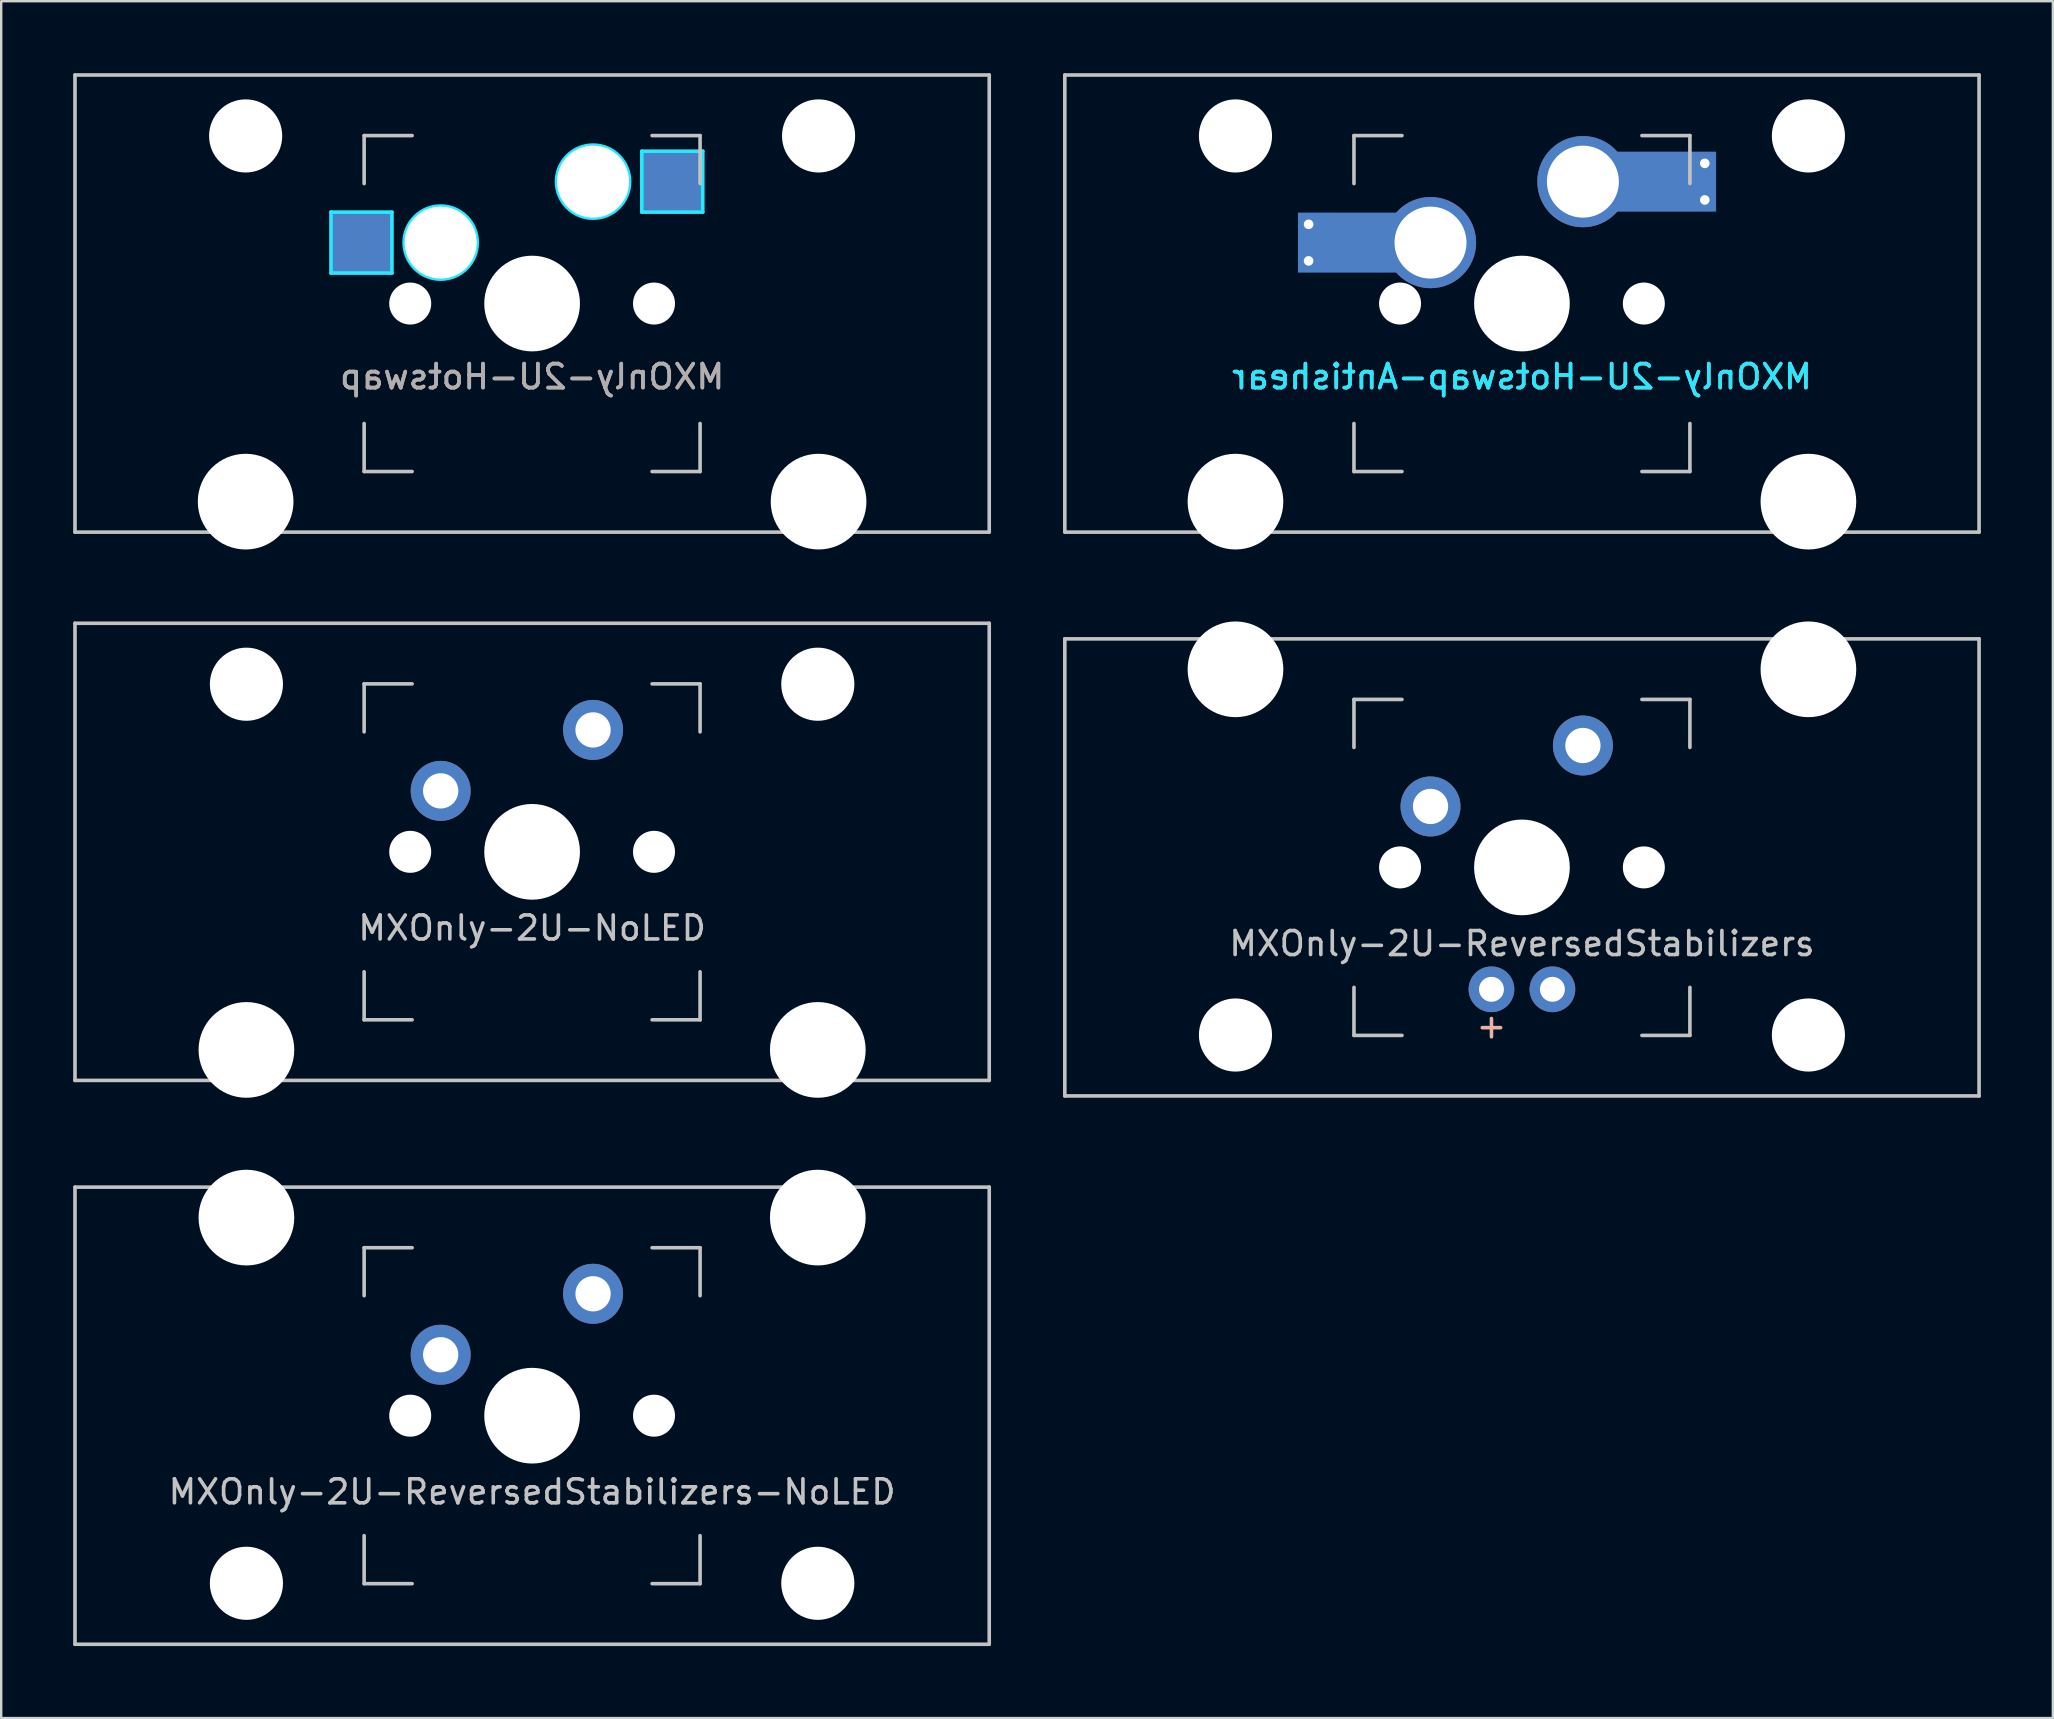
<source format=kicad_pcb>
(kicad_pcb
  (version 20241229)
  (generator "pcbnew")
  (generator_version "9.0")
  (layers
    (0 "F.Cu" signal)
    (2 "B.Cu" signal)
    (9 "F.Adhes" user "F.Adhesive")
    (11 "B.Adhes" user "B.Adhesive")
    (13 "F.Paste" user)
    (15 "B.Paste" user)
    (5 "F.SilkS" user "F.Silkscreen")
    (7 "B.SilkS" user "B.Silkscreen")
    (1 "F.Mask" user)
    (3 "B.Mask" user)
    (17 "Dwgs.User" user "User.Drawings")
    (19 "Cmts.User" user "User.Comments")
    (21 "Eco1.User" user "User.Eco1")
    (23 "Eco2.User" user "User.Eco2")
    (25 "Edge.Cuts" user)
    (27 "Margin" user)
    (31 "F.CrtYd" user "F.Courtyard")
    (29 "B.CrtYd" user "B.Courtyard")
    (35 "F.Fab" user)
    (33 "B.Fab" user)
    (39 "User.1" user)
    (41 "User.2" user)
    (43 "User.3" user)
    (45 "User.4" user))
  (footprint "MXOnly-2U-Hotswap-Antishear"
    (layer "F.Cu")
    (at 60.375 9.6)
    (property "Reference" "MXOnly-2U-Hotswap-Antishear" (at 0 3.048 0) (layer "B.CrtYd") (effects (font (size 1 1) (thickness 0.15)) (justify mirror)))
    (attr smd)
    (fp_line (start -19.05 -9.525) (end 19.05 -9.525) (stroke (width 0.15) (type solid)) (layer "Dwgs.User"))
    (fp_line (start -19.05 9.525) (end -19.05 -9.525) (stroke (width 0.15) (type solid)) (layer "Dwgs.User"))
    (fp_line (start -7 -7) (end -7 -5) (stroke (width 0.15) (type solid)) (layer "Dwgs.User"))
    (fp_line (start -7 5) (end -7 7) (stroke (width 0.15) (type solid)) (layer "Dwgs.User"))
    (fp_line (start -7 7) (end -5 7) (stroke (width 0.15) (type solid)) (layer "Dwgs.User"))
    (fp_line (start -5 -7) (end -7 -7) (stroke (width 0.15) (type solid)) (layer "Dwgs.User"))
    (fp_line (start 5 -7) (end 7 -7) (stroke (width 0.15) (type solid)) (layer "Dwgs.User"))
    (fp_line (start 5 7) (end 7 7) (stroke (width 0.15) (type solid)) (layer "Dwgs.User"))
    (fp_line (start 7 -7) (end 7 -5) (stroke (width 0.15) (type solid)) (layer "Dwgs.User"))
    (fp_line (start 7 7) (end 7 5) (stroke (width 0.15) (type solid)) (layer "Dwgs.User"))
    (fp_line (start 19.05 -9.525) (end 19.05 9.525) (stroke (width 0.15) (type solid)) (layer "Dwgs.User"))
    (fp_line (start 19.05 9.525) (end -19.05 9.525) (stroke (width 0.15) (type solid)) (layer "Dwgs.User"))
    (fp_text user "${REFERENCE}" (at 0 3.048 0) (layer "B.SilkS") (effects (font (size 1 1) (thickness 0.15)) (justify mirror)))
    (pad "" np_thru_hole circle (at -11.938 -6.985) (size 3.048 3.048) (drill 3.048) (layers "*.Cu" "*.Mask"))
    (pad "" np_thru_hole circle (at -11.938 8.255) (size 3.988 3.988) (drill 3.988) (layers "*.Cu" "*.Mask"))
    (pad "" smd rect (at -7.085 -2.54) (size 2.55 2.5) (layers "B.Mask" "B.Paste"))
    (pad "" np_thru_hole circle (at -5.08 0 48.1) (size 1.75 1.75) (drill 1.75) (layers "*.Cu" "*.Mask"))
    (pad "" np_thru_hole circle (at 0 0) (size 3.988 3.988) (drill 3.988) (layers "*.Cu" "*.Mask"))
    (pad "" np_thru_hole circle (at 5.08 0 48.1) (size 1.75 1.75) (drill 1.75) (layers "*.Cu" "*.Mask"))
    (pad "" smd rect (at 5.815 -5.08) (size 2.55 2.5) (layers "B.Mask" "B.Paste"))
    (pad "" np_thru_hole circle (at 11.938 -6.985) (size 3.048 3.048) (drill 3.048) (layers "*.Cu" "*.Mask"))
    (pad "" np_thru_hole circle (at 11.938 8.255) (size 3.988 3.988) (drill 3.988) (layers "*.Cu" "*.Mask"))
    (pad "1" thru_hole circle (at -8.89 -3.302) (size 0.8 0.8) (drill 0.4) (layers "*.Cu"))
    (pad "1" thru_hole circle (at -8.89 -1.778) (size 0.8 0.8) (drill 0.4) (layers "*.Cu"))
    (pad "1" smd rect (at -7.085 -2.54) (size 4.5 2.5) (layers "B.Cu"))
    (pad "1" thru_hole circle (at -3.81 -2.54) (size 3.8 3.8) (drill 3) (layers "*.Cu"))
    (pad "2" thru_hole circle (at 2.54 -5.08) (size 3.8 3.8) (drill 3) (layers "*.Cu"))
    (pad "2" smd rect (at 5.842 -5.08) (size 4.5 2.5) (layers "B.Cu"))
    (pad "2" thru_hole circle (at 7.62 -5.842) (size 0.8 0.8) (drill 0.4) (layers "*.Cu"))
    (pad "2" thru_hole circle (at 7.62 -4.318) (size 0.8 0.8) (drill 0.4) (layers "*.Cu")))
  (footprint "MXOnly-2U-Hotswap"
    (layer "F.Cu")
    (at 19.125 9.6)
    (property "Reference" "MXOnly-2U-Hotswap" (at 0 3.048 0) (layer "F.Fab") (effects (font (size 1 1) (thickness 0.15)) (justify mirror)))
    (attr smd)
    (fp_line (start -19.05 -9.525) (end 19.05 -9.525) (stroke (width 0.15) (type solid)) (layer "Dwgs.User"))
    (fp_line (start -19.05 9.525) (end -19.05 -9.525) (stroke (width 0.15) (type solid)) (layer "Dwgs.User"))
    (fp_line (start -7 -7) (end -7 -5) (stroke (width 0.15) (type solid)) (layer "Dwgs.User"))
    (fp_line (start -7 5) (end -7 7) (stroke (width 0.15) (type solid)) (layer "Dwgs.User"))
    (fp_line (start -7 7) (end -5 7) (stroke (width 0.15) (type solid)) (layer "Dwgs.User"))
    (fp_line (start -5 -7) (end -7 -7) (stroke (width 0.15) (type solid)) (layer "Dwgs.User"))
    (fp_line (start 5 -7) (end 7 -7) (stroke (width 0.15) (type solid)) (layer "Dwgs.User"))
    (fp_line (start 5 7) (end 7 7) (stroke (width 0.15) (type solid)) (layer "Dwgs.User"))
    (fp_line (start 7 -7) (end 7 -5) (stroke (width 0.15) (type solid)) (layer "Dwgs.User"))
    (fp_line (start 7 7) (end 7 5) (stroke (width 0.15) (type solid)) (layer "Dwgs.User"))
    (fp_line (start 19.05 -9.525) (end 19.05 9.525) (stroke (width 0.15) (type solid)) (layer "Dwgs.User"))
    (fp_line (start 19.05 9.525) (end -19.05 9.525) (stroke (width 0.15) (type solid)) (layer "Dwgs.User"))
    (fp_line (start -8.382 -3.81) (end -5.842 -3.81) (stroke (width 0.15) (type solid)) (layer "B.CrtYd"))
    (fp_line (start -8.382 -1.27) (end -8.382 -3.81) (stroke (width 0.15) (type solid)) (layer "B.CrtYd"))
    (fp_line (start -5.842 -3.81) (end -5.842 -1.27) (stroke (width 0.15) (type solid)) (layer "B.CrtYd"))
    (fp_line (start -5.842 -1.27) (end -8.382 -1.27) (stroke (width 0.15) (type solid)) (layer "B.CrtYd"))
    (fp_line (start 4.572 -6.35) (end 7.112 -6.35) (stroke (width 0.15) (type solid)) (layer "B.CrtYd"))
    (fp_line (start 4.572 -3.81) (end 4.572 -6.35) (stroke (width 0.15) (type solid)) (layer "B.CrtYd"))
    (fp_line (start 7.112 -6.35) (end 7.112 -3.81) (stroke (width 0.15) (type solid)) (layer "B.CrtYd"))
    (fp_line (start 7.112 -3.81) (end 4.572 -3.81) (stroke (width 0.15) (type solid)) (layer "B.CrtYd"))
    (fp_circle (center -3.81 -2.54) (end -3.81 -4.064) (stroke (width 0.15) (type solid)) (fill no) (layer "B.CrtYd"))
    (fp_circle (center 2.54 -5.08) (end 2.54 -6.604) (stroke (width 0.15) (type solid)) (fill no) (layer "B.CrtYd"))
    (fp_text user "${REFERENCE}" (at 0 3.048 0) (layer "B.SilkS") (effects (font (size 1 1) (thickness 0.15)) (justify mirror)))
    (pad "" np_thru_hole circle (at -11.938 -6.985) (size 3.048 3.048) (drill 3.048) (layers "*.Cu" "*.Mask"))
    (pad "" np_thru_hole circle (at -11.938 8.255) (size 3.988 3.988) (drill 3.988) (layers "*.Cu" "*.Mask"))
    (pad "" np_thru_hole circle (at -5.08 0 48.1) (size 1.75 1.75) (drill 1.75) (layers "*.Cu" "*.Mask"))
    (pad "" np_thru_hole circle (at -3.81 -2.54) (size 3 3) (drill 3) (layers "*.Cu" "*.Mask"))
    (pad "" np_thru_hole circle (at 0 0) (size 3.988 3.988) (drill 3.988) (layers "*.Cu" "*.Mask"))
    (pad "" np_thru_hole circle (at 2.54 -5.08) (size 3 3) (drill 3) (layers "*.Cu" "*.Mask"))
    (pad "" np_thru_hole circle (at 5.08 0 48.1) (size 1.75 1.75) (drill 1.75) (layers "*.Cu" "*.Mask"))
    (pad "" np_thru_hole circle (at 11.938 -6.985) (size 3.048 3.048) (drill 3.048) (layers "*.Cu" "*.Mask"))
    (pad "" np_thru_hole circle (at 11.938 8.255) (size 3.988 3.988) (drill 3.988) (layers "*.Cu" "*.Mask"))
    (pad "1" smd rect (at -7.085 -2.54) (size 2.55 2.5) (layers "B.Cu" "B.Mask" "B.Paste"))
    (pad "2" smd rect (at 5.842 -5.08) (size 2.55 2.5) (layers "B.Cu" "B.Mask" "B.Paste")))
  (footprint "MXOnly-2U-NoLED"
    (layer "F.Cu")
    (at 19.125 32.449)
    (property "Reference" "MXOnly-2U-NoLED" (at 0 3.175 0) (layer "Dwgs.User") (effects (font (size 1 1) (thickness 0.15))))
    (attr through_hole)
    (fp_line (start -19.05 -9.525) (end 19.05 -9.525) (stroke (width 0.15) (type solid)) (layer "Dwgs.User"))
    (fp_line (start -19.05 9.525) (end -19.05 -9.525) (stroke (width 0.15) (type solid)) (layer "Dwgs.User"))
    (fp_line (start -19.05 9.525) (end 19.05 9.525) (stroke (width 0.15) (type solid)) (layer "Dwgs.User"))
    (fp_line (start -7 -7) (end -7 -5) (stroke (width 0.15) (type solid)) (layer "Dwgs.User"))
    (fp_line (start -7 5) (end -7 7) (stroke (width 0.15) (type solid)) (layer "Dwgs.User"))
    (fp_line (start -7 7) (end -5 7) (stroke (width 0.15) (type solid)) (layer "Dwgs.User"))
    (fp_line (start -5 -7) (end -7 -7) (stroke (width 0.15) (type solid)) (layer "Dwgs.User"))
    (fp_line (start 5 -7) (end 7 -7) (stroke (width 0.15) (type solid)) (layer "Dwgs.User"))
    (fp_line (start 5 7) (end 7 7) (stroke (width 0.15) (type solid)) (layer "Dwgs.User"))
    (fp_line (start 7 -7) (end 7 -5) (stroke (width 0.15) (type solid)) (layer "Dwgs.User"))
    (fp_line (start 7 7) (end 7 5) (stroke (width 0.15) (type solid)) (layer "Dwgs.User"))
    (fp_line (start 19.05 -9.525) (end 19.05 9.525) (stroke (width 0.15) (type solid)) (layer "Dwgs.User"))
    (pad "" np_thru_hole circle (at -11.906 -6.985) (size 3.048 3.048) (drill 3.048) (layers "*.Cu" "*.Mask"))
    (pad "" np_thru_hole circle (at -11.906 8.255) (size 3.988 3.988) (drill 3.988) (layers "*.Cu" "*.Mask"))
    (pad "" np_thru_hole circle (at -5.08 0 48.1) (size 1.75 1.75) (drill 1.75) (layers "*.Cu" "*.Mask"))
    (pad "" np_thru_hole circle (at 0 0) (size 3.988 3.988) (drill 3.988) (layers "*.Cu" "*.Mask"))
    (pad "" np_thru_hole circle (at 5.08 0 48.1) (size 1.75 1.75) (drill 1.75) (layers "*.Cu" "*.Mask"))
    (pad "" np_thru_hole circle (at 11.906 -6.985) (size 3.048 3.048) (drill 3.048) (layers "*.Cu" "*.Mask"))
    (pad "" np_thru_hole circle (at 11.906 8.255) (size 3.988 3.988) (drill 3.988) (layers "*.Cu" "*.Mask"))
    (pad "1" thru_hole circle (at -3.81 -2.54) (size 2.5 2.5) (drill 1.47) (layers "*.Cu" "*.Mask"))
    (pad "2" thru_hole circle (at 2.54 -5.08) (size 2.5 2.5) (drill 1.47) (layers "*.Cu" "*.Mask")))
  (footprint "MXOnly-2U-ReversedStabilizers-NoLED"
    (layer "F.Cu")
    (at 19.125 55.947)
    (property "Reference" "MXOnly-2U-ReversedStabilizers-NoLED" (at 0 3.175 0) (layer "Dwgs.User") (effects (font (size 1 1) (thickness 0.15))))
    (attr through_hole)
    (fp_line (start -19.05 -9.525) (end 19.05 -9.525) (stroke (width 0.15) (type solid)) (layer "Dwgs.User"))
    (fp_line (start -19.05 9.525) (end -19.05 -9.525) (stroke (width 0.15) (type solid)) (layer "Dwgs.User"))
    (fp_line (start -19.05 9.525) (end 19.05 9.525) (stroke (width 0.15) (type solid)) (layer "Dwgs.User"))
    (fp_line (start -7 -7) (end -7 -5) (stroke (width 0.15) (type solid)) (layer "Dwgs.User"))
    (fp_line (start -7 5) (end -7 7) (stroke (width 0.15) (type solid)) (layer "Dwgs.User"))
    (fp_line (start -7 7) (end -5 7) (stroke (width 0.15) (type solid)) (layer "Dwgs.User"))
    (fp_line (start -5 -7) (end -7 -7) (stroke (width 0.15) (type solid)) (layer "Dwgs.User"))
    (fp_line (start 5 -7) (end 7 -7) (stroke (width 0.15) (type solid)) (layer "Dwgs.User"))
    (fp_line (start 5 7) (end 7 7) (stroke (width 0.15) (type solid)) (layer "Dwgs.User"))
    (fp_line (start 7 -7) (end 7 -5) (stroke (width 0.15) (type solid)) (layer "Dwgs.User"))
    (fp_line (start 7 7) (end 7 5) (stroke (width 0.15) (type solid)) (layer "Dwgs.User"))
    (fp_line (start 19.05 -9.525) (end 19.05 9.525) (stroke (width 0.15) (type solid)) (layer "Dwgs.User"))
    (pad "" np_thru_hole circle (at -11.906 -8.255) (size 3.988 3.988) (drill 3.988) (layers "*.Cu" "*.Mask"))
    (pad "" np_thru_hole circle (at -11.906 6.985) (size 3.048 3.048) (drill 3.048) (layers "*.Cu" "*.Mask"))
    (pad "" np_thru_hole circle (at -5.08 0 48.1) (size 1.75 1.75) (drill 1.75) (layers "*.Cu" "*.Mask"))
    (pad "" np_thru_hole circle (at 0 0) (size 3.988 3.988) (drill 3.988) (layers "*.Cu" "*.Mask"))
    (pad "" np_thru_hole circle (at 5.08 0 48.1) (size 1.75 1.75) (drill 1.75) (layers "*.Cu" "*.Mask"))
    (pad "" np_thru_hole circle (at 11.906 -8.255) (size 3.988 3.988) (drill 3.988) (layers "*.Cu" "*.Mask"))
    (pad "" np_thru_hole circle (at 11.906 6.985) (size 3.048 3.048) (drill 3.048) (layers "*.Cu" "*.Mask"))
    (pad "1" thru_hole circle (at -3.81 -2.54) (size 2.5 2.5) (drill 1.47) (layers "*.Cu" "*.Mask"))
    (pad "2" thru_hole circle (at 2.54 -5.08) (size 2.5 2.5) (drill 1.47) (layers "*.Cu" "*.Mask")))
  (footprint "MXOnly-2U-ReversedStabilizers"
    (layer "F.Cu")
    (at 60.375 33.098)
    (property "Reference" "MXOnly-2U-ReversedStabilizers" (at 0 3.175 0) (layer "Dwgs.User") (effects (font (size 1 1) (thickness 0.15))))
    (attr through_hole)
    (fp_line (start -19.05 -9.525) (end 19.05 -9.525) (stroke (width 0.15) (type solid)) (layer "Dwgs.User"))
    (fp_line (start -19.05 9.525) (end -19.05 -9.525) (stroke (width 0.15) (type solid)) (layer "Dwgs.User"))
    (fp_line (start -19.05 9.525) (end 19.05 9.525) (stroke (width 0.15) (type solid)) (layer "Dwgs.User"))
    (fp_line (start -7 -7) (end -7 -5) (stroke (width 0.15) (type solid)) (layer "Dwgs.User"))
    (fp_line (start -7 5) (end -7 7) (stroke (width 0.15) (type solid)) (layer "Dwgs.User"))
    (fp_line (start -7 7) (end -5 7) (stroke (width 0.15) (type solid)) (layer "Dwgs.User"))
    (fp_line (start -5 -7) (end -7 -7) (stroke (width 0.15) (type solid)) (layer "Dwgs.User"))
    (fp_line (start 5 -7) (end 7 -7) (stroke (width 0.15) (type solid)) (layer "Dwgs.User"))
    (fp_line (start 5 7) (end 7 7) (stroke (width 0.15) (type solid)) (layer "Dwgs.User"))
    (fp_line (start 7 -7) (end 7 -5) (stroke (width 0.15) (type solid)) (layer "Dwgs.User"))
    (fp_line (start 7 7) (end 7 5) (stroke (width 0.15) (type solid)) (layer "Dwgs.User"))
    (fp_line (start 19.05 -9.525) (end 19.05 9.525) (stroke (width 0.15) (type solid)) (layer "Dwgs.User"))
    (fp_text user "+" (at -1.27 6.604 0) (layer "B.SilkS") (effects (font (size 1 1) (thickness 0.15))))
    (pad "" np_thru_hole circle (at -11.938 -8.255) (size 3.988 3.988) (drill 3.988) (layers "*.Cu" "*.Mask"))
    (pad "" np_thru_hole circle (at -11.938 6.985) (size 3.048 3.048) (drill 3.048) (layers "*.Cu" "*.Mask"))
    (pad "" np_thru_hole circle (at -5.08 0 48.1) (size 1.75 1.75) (drill 1.75) (layers "*.Cu" "*.Mask"))
    (pad "" np_thru_hole circle (at 0 0) (size 3.988 3.988) (drill 3.988) (layers "*.Cu" "*.Mask"))
    (pad "" np_thru_hole circle (at 5.08 0 48.1) (size 1.75 1.75) (drill 1.75) (layers "*.Cu" "*.Mask"))
    (pad "" np_thru_hole circle (at 11.938 -8.255) (size 3.988 3.988) (drill 3.988) (layers "*.Cu" "*.Mask"))
    (pad "" np_thru_hole circle (at 11.938 6.985) (size 3.048 3.048) (drill 3.048) (layers "*.Cu" "*.Mask"))
    (pad "1" thru_hole circle (at -3.81 -2.54) (size 2.5 2.5) (drill 1.47) (layers "*.Cu" "*.Mask"))
    (pad "2" thru_hole circle (at 2.54 -5.08) (size 2.5 2.5) (drill 1.47) (layers "*.Cu" "*.Mask"))
    (pad "3" thru_hole circle (at -1.27 5.08) (size 1.905 1.905) (drill 1.04) (layers "*.Cu" "*.Mask"))
    (pad "4" thru_hole circle (at 1.27 5.08) (size 1.905 1.905) (drill 1.04) (layers "*.Cu" "*.Mask")))
  (gr_rect
    (start -3 -3)
    (end 82.5 68.547)
    (stroke (width 0.1) (type default))
    (fill no)
    (layer "Edge.Cuts")))
</source>
